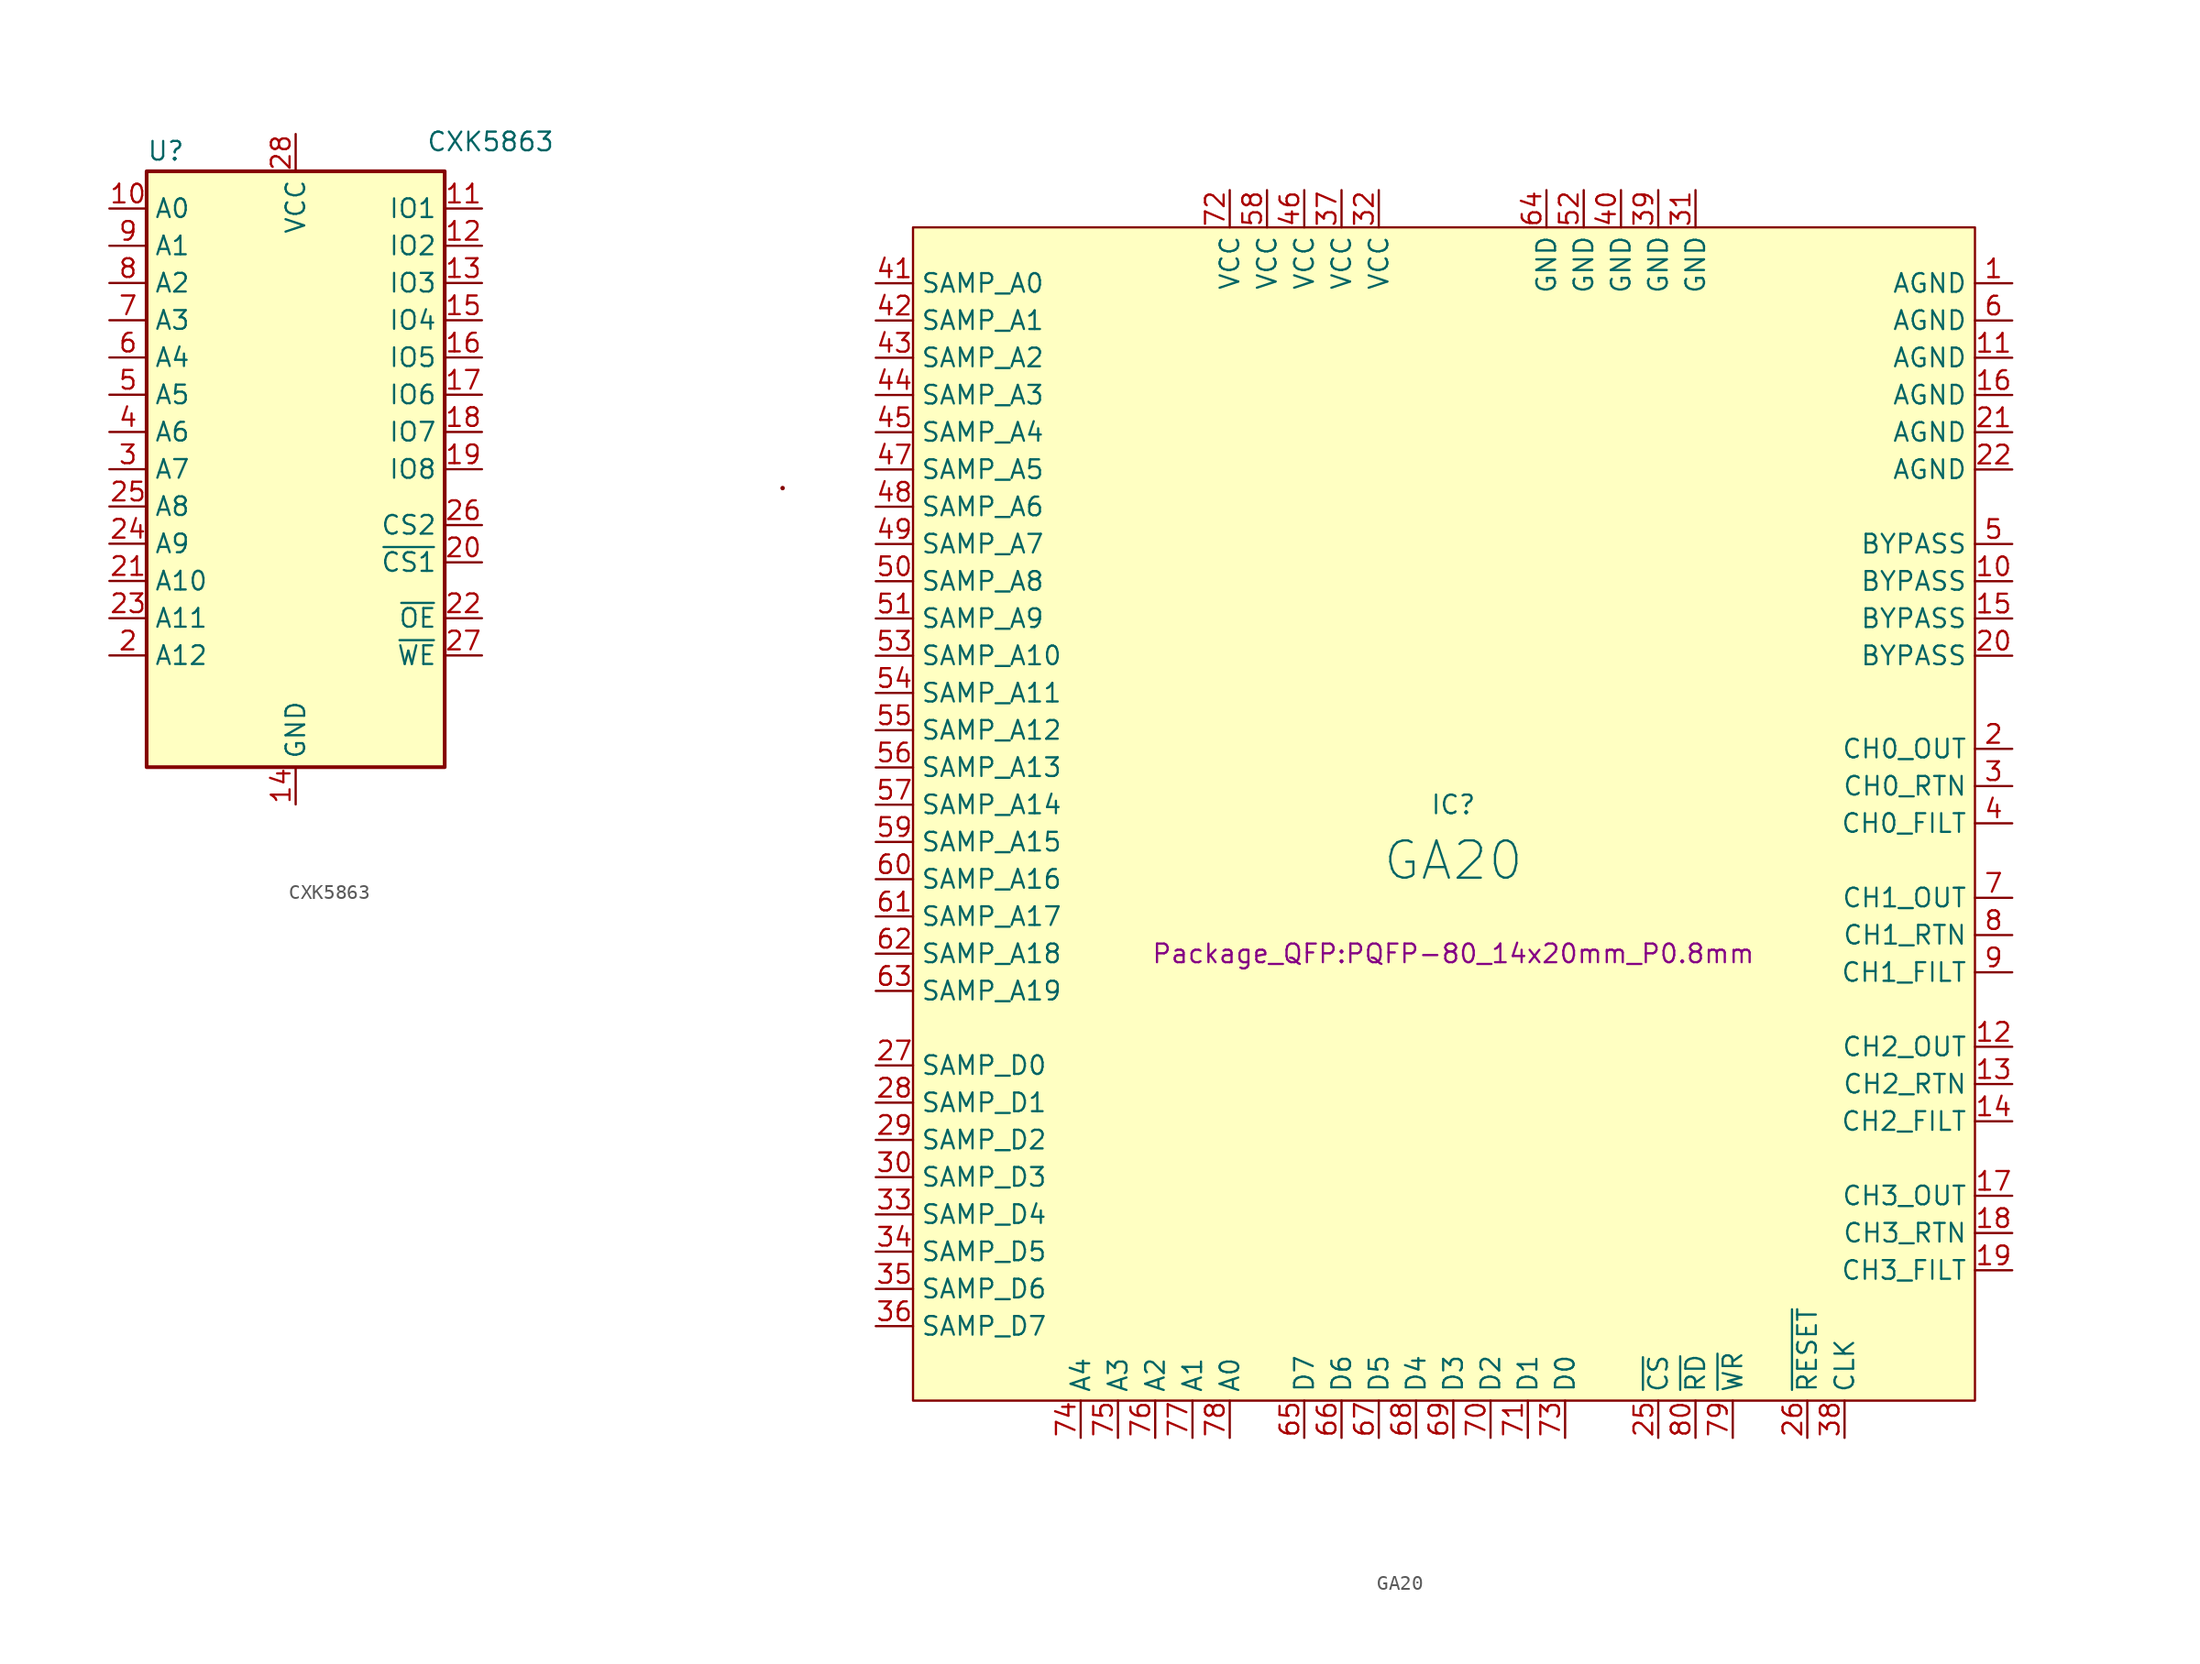
<source format=kicad_sym>
(kicad_symbol_lib
  (version 20220914)
  (generator kicad_symbol_editor)
  (symbol "CXK5863"
    (property "Reference" "U"
      (at -10.16 20.955 0)
      (effects (font (size 1.27 1.27)) (justify left bottom)))
    (property "Value" "CXK5863"
      (at 8.89 21.59 0)
      (effects (font (size 1.27 1.27)) (justify left bottom)))
    (symbol "CXK5863_0_0"
      (pin power_in line (at 0 -22.86 90) (length 2.54) (name "GND" (effects (font (size 1.27 1.27)))) (number "14" (effects (font (size 1.27 1.27)))))
      (pin power_in line (at 0 22.86 270) (length 2.54) (name "VCC" (effects (font (size 1.27 1.27)))) (number "28" (effects (font (size 1.27 1.27))))))
    (symbol "CXK5863_0_1"
      (rectangle (start -10.16 20.32) (end 10.16 -20.32) (stroke (width 0.254) (type default)) (fill (type background))))
    (symbol "CXK5863_1_1"
      (pin no_connect line (at -12.7 -17.78 0) (length 2.54) hide (name "NC" (effects (font (size 1.27 1.27)))) (number "1" (effects (font (size 1.27 1.27)))))
      (pin input line (at -12.7 17.78 0) (length 2.54) (name "A0" (effects (font (size 1.27 1.27)))) (number "10" (effects (font (size 1.27 1.27)))))
      (pin tri_state line (at 12.7 17.78 180) (length 2.54) (name "IO1" (effects (font (size 1.27 1.27)))) (number "11" (effects (font (size 1.27 1.27)))))
      (pin tri_state line (at 12.7 15.24 180) (length 2.54) (name "IO2" (effects (font (size 1.27 1.27)))) (number "12" (effects (font (size 1.27 1.27)))))
      (pin tri_state line (at 12.7 12.7 180) (length 2.54) (name "IO3" (effects (font (size 1.27 1.27)))) (number "13" (effects (font (size 1.27 1.27)))))
      (pin tri_state line (at 12.7 10.16 180) (length 2.54) (name "IO4" (effects (font (size 1.27 1.27)))) (number "15" (effects (font (size 1.27 1.27)))))
      (pin tri_state line (at 12.7 7.62 180) (length 2.54) (name "IO5" (effects (font (size 1.27 1.27)))) (number "16" (effects (font (size 1.27 1.27)))))
      (pin tri_state line (at 12.7 5.08 180) (length 2.54) (name "IO6" (effects (font (size 1.27 1.27)))) (number "17" (effects (font (size 1.27 1.27)))))
      (pin tri_state line (at 12.7 2.54 180) (length 2.54) (name "IO7" (effects (font (size 1.27 1.27)))) (number "18" (effects (font (size 1.27 1.27)))))
      (pin tri_state line (at 12.7 0 180) (length 2.54) (name "IO8" (effects (font (size 1.27 1.27)))) (number "19" (effects (font (size 1.27 1.27)))))
      (pin input line (at -12.7 -12.7 0) (length 2.54) (name "A12" (effects (font (size 1.27 1.27)))) (number "2" (effects (font (size 1.27 1.27)))))
      (pin input line (at 12.7 -6.35 180) (length 2.54) (name "~{CS1}" (effects (font (size 1.27 1.27)))) (number "20" (effects (font (size 1.27 1.27)))))
      (pin input line (at -12.7 -7.62 0) (length 2.54) (name "A10" (effects (font (size 1.27 1.27)))) (number "21" (effects (font (size 1.27 1.27)))))
      (pin input line (at 12.7 -10.16 180) (length 2.54) (name "~{OE}" (effects (font (size 1.27 1.27)))) (number "22" (effects (font (size 1.27 1.27)))))
      (pin input line (at -12.7 -10.16 0) (length 2.54) (name "A11" (effects (font (size 1.27 1.27)))) (number "23" (effects (font (size 1.27 1.27)))))
      (pin input line (at -12.7 -5.08 0) (length 2.54) (name "A9" (effects (font (size 1.27 1.27)))) (number "24" (effects (font (size 1.27 1.27)))))
      (pin input line (at -12.7 -2.54 0) (length 2.54) (name "A8" (effects (font (size 1.27 1.27)))) (number "25" (effects (font (size 1.27 1.27)))))
      (pin input line (at 12.7 -3.81 180) (length 2.54) (name "CS2" (effects (font (size 1.27 1.27)))) (number "26" (effects (font (size 1.27 1.27)))))
      (pin input line (at 12.7 -12.7 180) (length 2.54) (name "~{WE}" (effects (font (size 1.27 1.27)))) (number "27" (effects (font (size 1.27 1.27)))))
      (pin input line (at -12.7 0 0) (length 2.54) (name "A7" (effects (font (size 1.27 1.27)))) (number "3" (effects (font (size 1.27 1.27)))))
      (pin input line (at -12.7 2.54 0) (length 2.54) (name "A6" (effects (font (size 1.27 1.27)))) (number "4" (effects (font (size 1.27 1.27)))))
      (pin input line (at -12.7 5.08 0) (length 2.54) (name "A5" (effects (font (size 1.27 1.27)))) (number "5" (effects (font (size 1.27 1.27)))))
      (pin input line (at -12.7 7.62 0) (length 2.54) (name "A4" (effects (font (size 1.27 1.27)))) (number "6" (effects (font (size 1.27 1.27)))))
      (pin input line (at -12.7 10.16 0) (length 2.54) (name "A3" (effects (font (size 1.27 1.27)))) (number "7" (effects (font (size 1.27 1.27)))))
      (pin input line (at -12.7 12.7 0) (length 2.54) (name "A2" (effects (font (size 1.27 1.27)))) (number "8" (effects (font (size 1.27 1.27)))))
      (pin input line (at -12.7 15.24 0) (length 2.54) (name "A1" (effects (font (size 1.27 1.27)))) (number "9" (effects (font (size 1.27 1.27)))))))
  (symbol "GA20"
    (property "Reference" "IC"
      (at -1.27 0 0)
      (effects (font (size 1.27 1.27))))
    (property "Value" "GA20"
      (at -1.27 -3.81 0)
      (effects (font (size 2.54 2.54))))
    (property "Footprint" "Package_QFP:PQFP-80_14x20mm_P0.8mm"
      (at -1.27 -10.16 0)
      (effects (font (size 1.27 1.27))))
    (symbol "GA20_0_1"
      (rectangle (start -46.99 21.59) (end -46.99 21.59) (stroke (width 0) (type default)) (fill (type none)))
      (rectangle (start -46.99 21.59) (end -46.99 21.59) (stroke (width 0) (type default)) (fill (type none)))
      (rectangle (start -46.99 21.59) (end -46.99 21.59) (stroke (width 0) (type default)) (fill (type none)))
      (rectangle (start -46.99 21.59) (end -46.99 21.59) (stroke (width 0) (type default)) (fill (type none)))
      (rectangle (start -46.99 21.59) (end -46.99 21.59) (stroke (width 0) (type default)) (fill (type none)))
      (rectangle (start -46.99 21.59) (end -46.99 21.59) (stroke (width 0) (type default)) (fill (type none)))
      (circle (center -46.99 21.59) (radius 0.0001) (stroke (width 0) (type default)) (fill (type none)))
      (rectangle (start -38.1 39.37) (end 34.29 -40.64) (stroke (width 0) (type default)) (fill (type background))))
    (symbol "GA20_1_1"
      (pin power_in line (at 36.83 35.56 180) (length 2.54) (name "AGND" (effects (font (size 1.27 1.27)))) (number "1" (effects (font (size 1.27 1.27)))))
      (pin input line (at 36.83 15.24 180) (length 2.54) (name "BYPASS" (effects (font (size 1.27 1.27)))) (number "10" (effects (font (size 1.27 1.27)))))
      (pin power_in line (at 36.83 30.48 180) (length 2.54) (name "AGND" (effects (font (size 1.27 1.27)))) (number "11" (effects (font (size 1.27 1.27)))))
      (pin output line (at 36.83 -16.51 180) (length 2.54) (name "CH2_OUT" (effects (font (size 1.27 1.27)))) (number "12" (effects (font (size 1.27 1.27)))))
      (pin input line (at 36.83 -19.05 180) (length 2.54) (name "CH2_RTN" (effects (font (size 1.27 1.27)))) (number "13" (effects (font (size 1.27 1.27)))))
      (pin output line (at 36.83 -21.59 180) (length 2.54) (name "CH2_FILT" (effects (font (size 1.27 1.27)))) (number "14" (effects (font (size 1.27 1.27)))))
      (pin input line (at 36.83 12.7 180) (length 2.54) (name "BYPASS" (effects (font (size 1.27 1.27)))) (number "15" (effects (font (size 1.27 1.27)))))
      (pin power_in line (at 36.83 27.94 180) (length 2.54) (name "AGND" (effects (font (size 1.27 1.27)))) (number "16" (effects (font (size 1.27 1.27)))))
      (pin output line (at 36.83 -26.67 180) (length 2.54) (name "CH3_OUT" (effects (font (size 1.27 1.27)))) (number "17" (effects (font (size 1.27 1.27)))))
      (pin input line (at 36.83 -29.21 180) (length 2.54) (name "CH3_RTN" (effects (font (size 1.27 1.27)))) (number "18" (effects (font (size 1.27 1.27)))))
      (pin output line (at 36.83 -31.75 180) (length 2.54) (name "CH3_FILT" (effects (font (size 1.27 1.27)))) (number "19" (effects (font (size 1.27 1.27)))))
      (pin output line (at 36.83 3.81 180) (length 2.54) (name "CH0_OUT" (effects (font (size 1.27 1.27)))) (number "2" (effects (font (size 1.27 1.27)))))
      (pin input line (at 36.83 10.16 180) (length 2.54) (name "BYPASS" (effects (font (size 1.27 1.27)))) (number "20" (effects (font (size 1.27 1.27)))))
      (pin power_in line (at 36.83 25.4 180) (length 2.54) (name "AGND" (effects (font (size 1.27 1.27)))) (number "21" (effects (font (size 1.27 1.27)))))
      (pin power_in line (at 36.83 22.86 180) (length 2.54) (name "AGND" (effects (font (size 1.27 1.27)))) (number "22" (effects (font (size 1.27 1.27)))))
      (pin no_connect line (at 8.89 -26.67 180) (length 2.54) hide (name "NC" (effects (font (size 1.27 1.27)))) (number "23" (effects (font (size 1.27 1.27)))))
      (pin no_connect line (at 8.89 -24.13 180) (length 2.54) hide (name "NC" (effects (font (size 1.27 1.27)))) (number "24" (effects (font (size 1.27 1.27)))))
      (pin input line (at 12.7 -43.18 90) (length 2.54) (name "~{CS}" (effects (font (size 1.27 1.27)))) (number "25" (effects (font (size 1.27 1.27)))))
      (pin input line (at 22.86 -43.18 90) (length 2.54) (name "~{RESET}" (effects (font (size 1.27 1.27)))) (number "26" (effects (font (size 1.27 1.27)))))
      (pin input line (at -40.64 -17.78 0) (length 2.54) (name "SAMP_D0" (effects (font (size 1.27 1.27)))) (number "27" (effects (font (size 1.27 1.27)))))
      (pin input line (at -40.64 -20.32 0) (length 2.54) (name "SAMP_D1" (effects (font (size 1.27 1.27)))) (number "28" (effects (font (size 1.27 1.27)))))
      (pin input line (at -40.64 -22.86 0) (length 2.54) (name "SAMP_D2" (effects (font (size 1.27 1.27)))) (number "29" (effects (font (size 1.27 1.27)))))
      (pin input line (at 36.83 1.27 180) (length 2.54) (name "CH0_RTN" (effects (font (size 1.27 1.27)))) (number "3" (effects (font (size 1.27 1.27)))))
      (pin input line (at -40.64 -25.4 0) (length 2.54) (name "SAMP_D3" (effects (font (size 1.27 1.27)))) (number "30" (effects (font (size 1.27 1.27)))))
      (pin power_in line (at 15.24 41.91 270) (length 2.54) (name "GND" (effects (font (size 1.27 1.27)))) (number "31" (effects (font (size 1.27 1.27)))))
      (pin power_in line (at -6.35 41.91 270) (length 2.54) (name "VCC" (effects (font (size 1.27 1.27)))) (number "32" (effects (font (size 1.27 1.27)))))
      (pin input line (at -40.64 -27.94 0) (length 2.54) (name "SAMP_D4" (effects (font (size 1.27 1.27)))) (number "33" (effects (font (size 1.27 1.27)))))
      (pin input line (at -40.64 -30.48 0) (length 2.54) (name "SAMP_D5" (effects (font (size 1.27 1.27)))) (number "34" (effects (font (size 1.27 1.27)))))
      (pin input line (at -40.64 -33.02 0) (length 2.54) (name "SAMP_D6" (effects (font (size 1.27 1.27)))) (number "35" (effects (font (size 1.27 1.27)))))
      (pin input line (at -40.64 -35.56 0) (length 2.54) (name "SAMP_D7" (effects (font (size 1.27 1.27)))) (number "36" (effects (font (size 1.27 1.27)))))
      (pin power_in line (at -8.89 41.91 270) (length 2.54) (name "VCC" (effects (font (size 1.27 1.27)))) (number "37" (effects (font (size 1.27 1.27)))))
      (pin input line (at 25.4 -43.18 90) (length 2.54) (name "CLK" (effects (font (size 1.27 1.27)))) (number "38" (effects (font (size 1.27 1.27)))))
      (pin power_in line (at 12.7 41.91 270) (length 2.54) (name "GND" (effects (font (size 1.27 1.27)))) (number "39" (effects (font (size 1.27 1.27)))))
      (pin output line (at 36.83 -1.27 180) (length 2.54) (name "CH0_FILT" (effects (font (size 1.27 1.27)))) (number "4" (effects (font (size 1.27 1.27)))))
      (pin power_in line (at 10.16 41.91 270) (length 2.54) (name "GND" (effects (font (size 1.27 1.27)))) (number "40" (effects (font (size 1.27 1.27)))))
      (pin output line (at -40.64 35.56 0) (length 2.54) (name "SAMP_A0" (effects (font (size 1.27 1.27)))) (number "41" (effects (font (size 1.27 1.27)))))
      (pin output line (at -40.64 33.02 0) (length 2.54) (name "SAMP_A1" (effects (font (size 1.27 1.27)))) (number "42" (effects (font (size 1.27 1.27)))))
      (pin output line (at -40.64 30.48 0) (length 2.54) (name "SAMP_A2" (effects (font (size 1.27 1.27)))) (number "43" (effects (font (size 1.27 1.27)))))
      (pin output line (at -40.64 27.94 0) (length 2.54) (name "SAMP_A3" (effects (font (size 1.27 1.27)))) (number "44" (effects (font (size 1.27 1.27)))))
      (pin output line (at -40.64 25.4 0) (length 2.54) (name "SAMP_A4" (effects (font (size 1.27 1.27)))) (number "45" (effects (font (size 1.27 1.27)))))
      (pin power_in line (at -11.43 41.91 270) (length 2.54) (name "VCC" (effects (font (size 1.27 1.27)))) (number "46" (effects (font (size 1.27 1.27)))))
      (pin output line (at -40.64 22.86 0) (length 2.54) (name "SAMP_A5" (effects (font (size 1.27 1.27)))) (number "47" (effects (font (size 1.27 1.27)))))
      (pin output line (at -40.64 20.32 0) (length 2.54) (name "SAMP_A6" (effects (font (size 1.27 1.27)))) (number "48" (effects (font (size 1.27 1.27)))))
      (pin output line (at -40.64 17.78 0) (length 2.54) (name "SAMP_A7" (effects (font (size 1.27 1.27)))) (number "49" (effects (font (size 1.27 1.27)))))
      (pin input line (at 36.83 17.78 180) (length 2.54) (name "BYPASS" (effects (font (size 1.27 1.27)))) (number "5" (effects (font (size 1.27 1.27)))))
      (pin output line (at -40.64 15.24 0) (length 2.54) (name "SAMP_A8" (effects (font (size 1.27 1.27)))) (number "50" (effects (font (size 1.27 1.27)))))
      (pin output line (at -40.64 12.7 0) (length 2.54) (name "SAMP_A9" (effects (font (size 1.27 1.27)))) (number "51" (effects (font (size 1.27 1.27)))))
      (pin power_in line (at 7.62 41.91 270) (length 2.54) (name "GND" (effects (font (size 1.27 1.27)))) (number "52" (effects (font (size 1.27 1.27)))))
      (pin output line (at -40.64 10.16 0) (length 2.54) (name "SAMP_A10" (effects (font (size 1.27 1.27)))) (number "53" (effects (font (size 1.27 1.27)))))
      (pin output line (at -40.64 7.62 0) (length 2.54) (name "SAMP_A11" (effects (font (size 1.27 1.27)))) (number "54" (effects (font (size 1.27 1.27)))))
      (pin output line (at -40.64 5.08 0) (length 2.54) (name "SAMP_A12" (effects (font (size 1.27 1.27)))) (number "55" (effects (font (size 1.27 1.27)))))
      (pin output line (at -40.64 2.54 0) (length 2.54) (name "SAMP_A13" (effects (font (size 1.27 1.27)))) (number "56" (effects (font (size 1.27 1.27)))))
      (pin output line (at -40.64 0 0) (length 2.54) (name "SAMP_A14" (effects (font (size 1.27 1.27)))) (number "57" (effects (font (size 1.27 1.27)))))
      (pin power_in line (at -13.97 41.91 270) (length 2.54) (name "VCC" (effects (font (size 1.27 1.27)))) (number "58" (effects (font (size 1.27 1.27)))))
      (pin output line (at -40.64 -2.54 0) (length 2.54) (name "SAMP_A15" (effects (font (size 1.27 1.27)))) (number "59" (effects (font (size 1.27 1.27)))))
      (pin power_in line (at 36.83 33.02 180) (length 2.54) (name "AGND" (effects (font (size 1.27 1.27)))) (number "6" (effects (font (size 1.27 1.27)))))
      (pin output line (at -40.64 -5.08 0) (length 2.54) (name "SAMP_A16" (effects (font (size 1.27 1.27)))) (number "60" (effects (font (size 1.27 1.27)))))
      (pin output line (at -40.64 -7.62 0) (length 2.54) (name "SAMP_A17" (effects (font (size 1.27 1.27)))) (number "61" (effects (font (size 1.27 1.27)))))
      (pin output line (at -40.64 -10.16 0) (length 2.54) (name "SAMP_A18" (effects (font (size 1.27 1.27)))) (number "62" (effects (font (size 1.27 1.27)))))
      (pin output line (at -40.64 -12.7 0) (length 2.54) (name "SAMP_A19" (effects (font (size 1.27 1.27)))) (number "63" (effects (font (size 1.27 1.27)))))
      (pin power_in line (at 5.08 41.91 270) (length 2.54) (name "GND" (effects (font (size 1.27 1.27)))) (number "64" (effects (font (size 1.27 1.27)))))
      (pin tri_state line (at -11.43 -43.18 90) (length 2.54) (name "D7" (effects (font (size 1.27 1.27)))) (number "65" (effects (font (size 1.27 1.27)))))
      (pin tri_state line (at -8.89 -43.18 90) (length 2.54) (name "D6" (effects (font (size 1.27 1.27)))) (number "66" (effects (font (size 1.27 1.27)))))
      (pin tri_state line (at -6.35 -43.18 90) (length 2.54) (name "D5" (effects (font (size 1.27 1.27)))) (number "67" (effects (font (size 1.27 1.27)))))
      (pin tri_state line (at -3.81 -43.18 90) (length 2.54) (name "D4" (effects (font (size 1.27 1.27)))) (number "68" (effects (font (size 1.27 1.27)))))
      (pin tri_state line (at -1.27 -43.18 90) (length 2.54) (name "D3" (effects (font (size 1.27 1.27)))) (number "69" (effects (font (size 1.27 1.27)))))
      (pin output line (at 36.83 -6.35 180) (length 2.54) (name "CH1_OUT" (effects (font (size 1.27 1.27)))) (number "7" (effects (font (size 1.27 1.27)))))
      (pin tri_state line (at 1.27 -43.18 90) (length 2.54) (name "D2" (effects (font (size 1.27 1.27)))) (number "70" (effects (font (size 1.27 1.27)))))
      (pin tri_state line (at 3.81 -43.18 90) (length 2.54) (name "D1" (effects (font (size 1.27 1.27)))) (number "71" (effects (font (size 1.27 1.27)))))
      (pin power_in line (at -16.51 41.91 270) (length 2.54) (name "VCC" (effects (font (size 1.27 1.27)))) (number "72" (effects (font (size 1.27 1.27)))))
      (pin tri_state line (at 6.35 -43.18 90) (length 2.54) (name "D0" (effects (font (size 1.27 1.27)))) (number "73" (effects (font (size 1.27 1.27)))))
      (pin input line (at -26.67 -43.18 90) (length 2.54) (name "A4" (effects (font (size 1.27 1.27)))) (number "74" (effects (font (size 1.27 1.27)))))
      (pin input line (at -24.13 -43.18 90) (length 2.54) (name "A3" (effects (font (size 1.27 1.27)))) (number "75" (effects (font (size 1.27 1.27)))))
      (pin input line (at -21.59 -43.18 90) (length 2.54) (name "A2" (effects (font (size 1.27 1.27)))) (number "76" (effects (font (size 1.27 1.27)))))
      (pin input line (at -19.05 -43.18 90) (length 2.54) (name "A1" (effects (font (size 1.27 1.27)))) (number "77" (effects (font (size 1.27 1.27)))))
      (pin input line (at -16.51 -43.18 90) (length 2.54) (name "A0" (effects (font (size 1.27 1.27)))) (number "78" (effects (font (size 1.27 1.27)))))
      (pin input line (at 17.78 -43.18 90) (length 2.54) (name "~{WR}" (effects (font (size 1.27 1.27)))) (number "79" (effects (font (size 1.27 1.27)))))
      (pin input line (at 36.83 -8.89 180) (length 2.54) (name "CH1_RTN" (effects (font (size 1.27 1.27)))) (number "8" (effects (font (size 1.27 1.27)))))
      (pin input line (at 15.24 -43.18 90) (length 2.54) (name "~{RD}" (effects (font (size 1.27 1.27)))) (number "80" (effects (font (size 1.27 1.27)))))
      (pin output line (at 36.83 -11.43 180) (length 2.54) (name "CH1_FILT" (effects (font (size 1.27 1.27)))) (number "9" (effects (font (size 1.27 1.27))))))))
</source>
